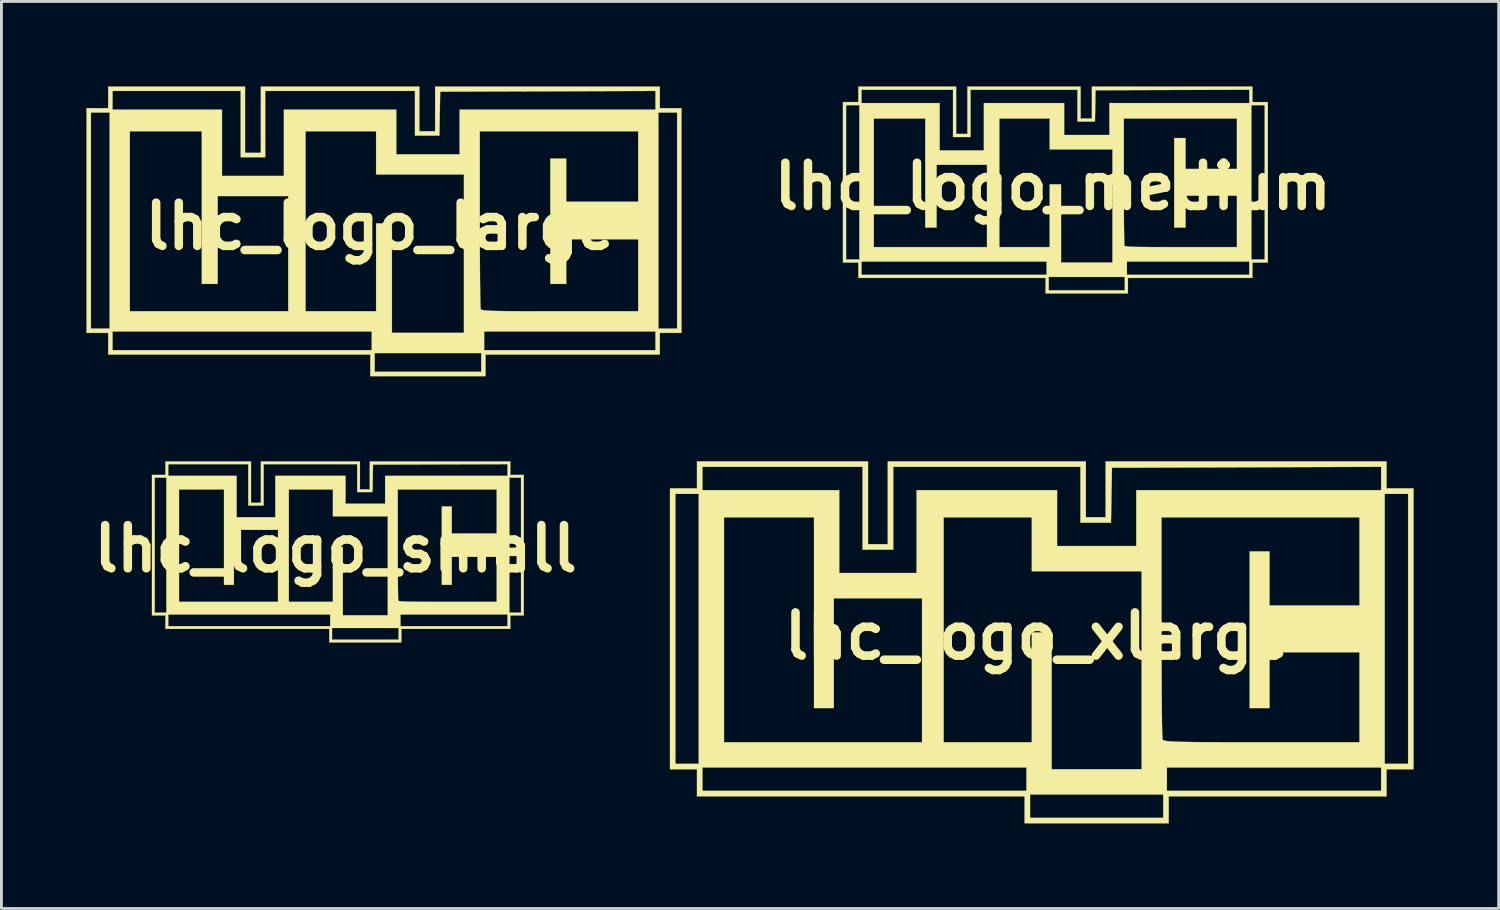
<source format=kicad_pcb>
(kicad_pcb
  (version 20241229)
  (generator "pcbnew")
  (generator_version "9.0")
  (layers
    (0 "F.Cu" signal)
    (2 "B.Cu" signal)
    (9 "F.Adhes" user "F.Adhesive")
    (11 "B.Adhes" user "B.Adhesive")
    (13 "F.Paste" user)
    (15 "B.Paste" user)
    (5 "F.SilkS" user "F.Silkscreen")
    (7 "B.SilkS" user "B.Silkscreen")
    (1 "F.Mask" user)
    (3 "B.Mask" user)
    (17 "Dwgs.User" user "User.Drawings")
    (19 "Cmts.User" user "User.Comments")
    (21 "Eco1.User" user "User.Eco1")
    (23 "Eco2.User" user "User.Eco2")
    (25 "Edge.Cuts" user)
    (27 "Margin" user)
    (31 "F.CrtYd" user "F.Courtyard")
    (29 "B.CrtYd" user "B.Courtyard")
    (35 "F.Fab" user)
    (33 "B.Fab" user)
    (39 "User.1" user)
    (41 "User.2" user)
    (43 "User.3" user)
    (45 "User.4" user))
  (footprint "lhc_logo_small"
    (layer "F.Cu")
    (at 8.788 16.306)
    (property "Reference" "lhc_logo_small" (at 0 0 0) (layer "F.SilkS") (effects (font (size 1.524 1.524) (thickness 0.3))))
    (attr through_hole)
    (fp_poly (pts (xy -2.985 -1.619) (xy -2.635 -1.619) (xy -2.635 -3.08) (xy 0.857 -3.08) (xy 0.857 -2.095) (xy 1.206 -2.095) (xy 1.206 -3.08) (xy 6.16 -3.08) (xy 6.16 -2.603) (xy 6.636 -2.603) (xy 6.636 2.349) (xy 6.16 2.349) (xy 6.16 2.826) (xy 2.318 2.826) (xy 2.318 3.302) (xy -0.222 3.302) (xy -0.222 2.826) (xy -6.001 2.826) (xy -6.001 2.794) (xy -0.127 2.794) (xy -0.127 3.207) (xy 2.223 3.207) (xy 2.223 2.794) (xy -0.127 2.794) (xy -6.001 2.794) (xy -6.001 2.349) (xy -6.477 2.349) (xy -6.477 2.318) (xy -5.905 2.318) (xy -5.905 2.731) (xy -0.191 2.731) (xy -0.191 2.318) (xy -5.905 2.318) (xy -6.477 2.318) (xy -6.477 -2.508) (xy -6.382 -2.508) (xy -6.382 2.254) (xy -5.969 2.254) (xy -5.969 -2.095) (xy -5.524 -2.095) (xy -5.524 1.873) (xy -2.032 1.873) (xy -2.032 -0.667) (xy -3.588 -0.667) (xy -3.588 1.27) (xy -3.937 1.27) (xy -3.937 -2.095) (xy -5.524 -2.095) (xy -5.969 -2.095) (xy -5.969 -2.508) (xy -6.382 -2.508) (xy -6.477 -2.508) (xy -6.477 -2.603) (xy -6.001 -2.603) (xy -6.001 -2.985) (xy -5.905 -2.985) (xy -5.905 -2.572) (xy -3.493 -2.572) (xy -3.493 -1.111) (xy -2.127 -1.111) (xy -2.127 -2.095) (xy -1.651 -2.095) (xy -1.651 1.873) (xy -0.095 1.873) (xy -0.095 -0.064) (xy 0.254 -0.064) (xy 0.254 2.349) (xy 1.841 2.349) (xy 1.841 2.318) (xy 2.286 2.318) (xy 2.286 2.731) (xy 6.064 2.731) (xy 6.064 2.318) (xy 2.286 2.318) (xy 1.841 2.318) (xy 1.841 -1.143) (xy -0.095 -1.143) (xy -0.095 -2.095) (xy -1.651 -2.095) (xy -2.127 -2.095) (xy -2.127 -2.572) (xy 0.349 -2.572) (xy 0.349 -1.587) (xy 1.746 -1.587) (xy 1.746 -2.095) (xy 2.191 -2.095) (xy 2.191 -0.161) (xy 2.191 0.184) (xy 2.192 0.512) (xy 2.193 0.816) (xy 2.195 1.09) (xy 2.198 1.329) (xy 2.2 1.528) (xy 2.203 1.68) (xy 2.206 1.78) (xy 2.21 1.823) (xy 2.21 1.823) (xy 2.219 1.834) (xy 2.241 1.843) (xy 2.281 1.851) (xy 2.343 1.857) (xy 2.432 1.862) (xy 2.554 1.866) (xy 2.713 1.869) (xy 2.914 1.871) (xy 3.162 1.872) (xy 3.462 1.873) (xy 3.819 1.873) (xy 3.956 1.873) (xy 5.683 1.873) (xy 5.683 0.286) (xy 4.096 0.286) (xy 4.096 1.27) (xy 3.747 1.27) (xy 3.747 -1.492) (xy 4.096 -1.492) (xy 4.096 -0.54) (xy 5.683 -0.54) (xy 5.683 -2.095) (xy 2.191 -2.095) (xy 1.746 -2.095) (xy 1.746 -2.508) (xy 6.128 -2.508) (xy 6.128 2.254) (xy 6.54 2.254) (xy 6.54 -2.508) (xy 6.128 -2.508) (xy 1.746 -2.508) (xy 1.746 -2.572) (xy 6.064 -2.572) (xy 6.064 -2.985) (xy 3.691 -2.977) (xy 1.318 -2.969) (xy 1.309 -2.484) (xy 1.3 -2) (xy 0.762 -2) (xy 0.762 -2.985) (xy -2.54 -2.985) (xy -2.54 -1.524) (xy -3.08 -1.524) (xy -3.08 -2.985) (xy -5.905 -2.985) (xy -6.001 -2.985) (xy -6.001 -3.08) (xy -2.985 -3.08) (xy -2.985 -1.619)) (stroke (width 0.01) (type solid)) (fill yes) (layer "F.SilkS")))
  (footprint "lhc_logo_medium"
    (layer "F.Cu")
    (at 34.085 3.525)
    (property "Reference" "lhc_logo_medium" (at 0 0 0) (layer "F.SilkS") (effects (font (size 1.524 1.524) (thickness 0.3))))
    (attr through_hole)
    (fp_poly (pts (xy -3.411 -1.851) (xy -3.012 -1.851) (xy -3.012 -3.52) (xy 0.98 -3.52) (xy 0.98 -2.395) (xy 1.379 -2.395) (xy 1.379 -3.52) (xy 7.039 -3.52) (xy 7.039 -2.975) (xy 7.584 -2.975) (xy 7.584 2.685) (xy 7.039 2.685) (xy 7.039 3.229) (xy 2.649 3.229) (xy 2.649 3.774) (xy -0.254 3.774) (xy -0.254 3.229) (xy -6.858 3.229) (xy -6.858 3.193) (xy -0.145 3.193) (xy -0.145 3.665) (xy 2.54 3.665) (xy 2.54 3.193) (xy -0.145 3.193) (xy -6.858 3.193) (xy -6.858 2.685) (xy -7.402 2.685) (xy -7.402 2.649) (xy -6.749 2.649) (xy -6.749 3.121) (xy -0.218 3.121) (xy -0.218 2.649) (xy -6.749 2.649) (xy -7.402 2.649) (xy -7.402 -2.867) (xy -7.293 -2.867) (xy -7.293 2.576) (xy -6.822 2.576) (xy -6.822 -2.395) (xy -6.314 -2.395) (xy -6.314 2.141) (xy -2.322 2.141) (xy -2.322 -0.762) (xy -4.1 -0.762) (xy -4.1 1.451) (xy -4.499 1.451) (xy -4.499 -2.395) (xy -6.314 -2.395) (xy -6.822 -2.395) (xy -6.822 -2.867) (xy -7.293 -2.867) (xy -7.402 -2.867) (xy -7.402 -2.975) (xy -6.858 -2.975) (xy -6.858 -3.411) (xy -6.749 -3.411) (xy -6.749 -2.939) (xy -3.991 -2.939) (xy -3.991 -1.27) (xy -2.431 -1.27) (xy -2.431 -2.395) (xy -1.887 -2.395) (xy -1.887 2.141) (xy -0.109 2.141) (xy -0.109 -0.073) (xy 0.29 -0.073) (xy 0.29 2.685) (xy 2.105 2.685) (xy 2.105 2.649) (xy 2.613 2.649) (xy 2.613 3.121) (xy 6.931 3.121) (xy 6.931 2.649) (xy 2.613 2.649) (xy 2.105 2.649) (xy 2.105 -1.306) (xy -0.109 -1.306) (xy -0.109 -2.395) (xy -1.887 -2.395) (xy -2.431 -2.395) (xy -2.431 -2.939) (xy 0.399 -2.939) (xy 0.399 -1.814) (xy 1.996 -1.814) (xy 1.996 -2.395) (xy 2.504 -2.395) (xy 2.504 -0.184) (xy 2.504 0.211) (xy 2.505 0.585) (xy 2.507 0.932) (xy 2.509 1.246) (xy 2.512 1.519) (xy 2.515 1.746) (xy 2.518 1.92) (xy 2.522 2.034) (xy 2.526 2.083) (xy 2.526 2.083) (xy 2.536 2.096) (xy 2.561 2.107) (xy 2.607 2.115) (xy 2.677 2.123) (xy 2.78 2.128) (xy 2.919 2.133) (xy 3.1 2.136) (xy 3.33 2.138) (xy 3.614 2.14) (xy 3.957 2.141) (xy 4.365 2.141) (xy 4.521 2.141) (xy 6.495 2.141) (xy 6.495 0.327) (xy 4.681 0.327) (xy 4.681 1.451) (xy 4.282 1.451) (xy 4.282 -1.705) (xy 4.681 -1.705) (xy 4.681 -0.617) (xy 6.495 -0.617) (xy 6.495 -2.395) (xy 2.504 -2.395) (xy 1.996 -2.395) (xy 1.996 -2.867) (xy 7.003 -2.867) (xy 7.003 2.576) (xy 7.475 2.576) (xy 7.475 -2.867) (xy 7.003 -2.867) (xy 1.996 -2.867) (xy 1.996 -2.939) (xy 6.931 -2.939) (xy 6.931 -3.411) (xy 4.218 -3.402) (xy 1.506 -3.393) (xy 1.496 -2.839) (xy 1.486 -2.286) (xy 0.871 -2.286) (xy 0.871 -3.411) (xy -2.903 -3.411) (xy -2.903 -1.742) (xy -3.52 -1.742) (xy -3.52 -3.411) (xy -6.749 -3.411) (xy -6.858 -3.411) (xy -6.858 -3.52) (xy -3.411 -3.52) (xy -3.411 -1.851)) (stroke (width 0.01) (type solid)) (fill yes) (layer "F.SilkS")))
  (footprint "lhc_logo_large"
    (layer "F.Cu")
    (at 10.368 4.933)
    (property "Reference" "lhc_logo_large" (at 0 0 0) (layer "F.SilkS") (effects (font (size 1.524 1.524) (thickness 0.3))))
    (attr through_hole)
    (fp_poly (pts (xy -4.775 -2.591) (xy -4.216 -2.591) (xy -4.216 -4.928) (xy 1.372 -4.928) (xy 1.372 -3.353) (xy 1.93 -3.353) (xy 1.93 -4.928) (xy 9.855 -4.928) (xy 9.855 -4.166) (xy 10.617 -4.166) (xy 10.617 3.759) (xy 9.855 3.759) (xy 9.855 4.521) (xy 3.708 4.521) (xy 3.708 5.283) (xy -0.356 5.283) (xy -0.356 4.521) (xy -9.601 4.521) (xy -9.601 4.47) (xy -0.203 4.47) (xy -0.203 5.131) (xy 3.556 5.131) (xy 3.556 4.47) (xy -0.203 4.47) (xy -9.601 4.47) (xy -9.601 3.759) (xy -10.363 3.759) (xy -10.363 3.708) (xy -9.449 3.708) (xy -9.449 4.369) (xy -0.305 4.369) (xy -0.305 3.708) (xy -9.449 3.708) (xy -10.363 3.708) (xy -10.363 -4.013) (xy -10.211 -4.013) (xy -10.211 3.607) (xy -9.55 3.607) (xy -9.55 -3.353) (xy -8.839 -3.353) (xy -8.839 2.997) (xy -3.251 2.997) (xy -3.251 -1.067) (xy -5.74 -1.067) (xy -5.74 2.032) (xy -6.299 2.032) (xy -6.299 -3.353) (xy -8.839 -3.353) (xy -9.55 -3.353) (xy -9.55 -4.013) (xy -10.211 -4.013) (xy -10.363 -4.013) (xy -10.363 -4.166) (xy -9.601 -4.166) (xy -9.601 -4.775) (xy -9.449 -4.775) (xy -9.449 -4.115) (xy -5.588 -4.115) (xy -5.588 -1.778) (xy -3.404 -1.778) (xy -3.404 -3.353) (xy -2.642 -3.353) (xy -2.642 2.997) (xy -0.152 2.997) (xy -0.152 -0.102) (xy 0.406 -0.102) (xy 0.406 3.759) (xy 2.946 3.759) (xy 2.946 3.708) (xy 3.658 3.708) (xy 3.658 4.369) (xy 9.703 4.369) (xy 9.703 3.708) (xy 3.658 3.708) (xy 2.946 3.708) (xy 2.946 -1.829) (xy -0.152 -1.829) (xy -0.152 -3.353) (xy -2.642 -3.353) (xy -3.404 -3.353) (xy -3.404 -4.115) (xy 0.559 -4.115) (xy 0.559 -2.54) (xy 2.794 -2.54) (xy 2.794 -3.353) (xy 3.505 -3.353) (xy 3.505 -0.258) (xy 3.506 0.295) (xy 3.507 0.819) (xy 3.509 1.305) (xy 3.512 1.744) (xy 3.516 2.127) (xy 3.52 2.444) (xy 3.525 2.688) (xy 3.53 2.848) (xy 3.536 2.916) (xy 3.536 2.917) (xy 3.551 2.934) (xy 3.586 2.949) (xy 3.649 2.962) (xy 3.748 2.972) (xy 3.891 2.98) (xy 4.086 2.986) (xy 4.34 2.99) (xy 4.662 2.994) (xy 5.059 2.996) (xy 5.54 2.997) (xy 6.111 2.997) (xy 6.33 2.997) (xy 9.093 2.997) (xy 9.093 0.457) (xy 6.553 0.457) (xy 6.553 2.032) (xy 5.994 2.032) (xy 5.994 -2.388) (xy 6.553 -2.388) (xy 6.553 -0.864) (xy 9.093 -0.864) (xy 9.093 -3.353) (xy 3.505 -3.353) (xy 2.794 -3.353) (xy 2.794 -4.013) (xy 9.804 -4.013) (xy 9.804 3.607) (xy 10.465 3.607) (xy 10.465 -4.013) (xy 9.804 -4.013) (xy 2.794 -4.013) (xy 2.794 -4.115) (xy 9.703 -4.115) (xy 9.703 -4.776) (xy 5.905 -4.763) (xy 2.108 -4.75) (xy 2.094 -3.975) (xy 2.08 -3.2) (xy 1.219 -3.2) (xy 1.219 -4.775) (xy -4.064 -4.775) (xy -4.064 -2.438) (xy -4.928 -2.438) (xy -4.928 -4.775) (xy -9.449 -4.775) (xy -9.601 -4.775) (xy -9.601 -4.928) (xy -4.775 -4.928) (xy -4.775 -2.591)) (stroke (width 0.01) (type solid)) (fill yes) (layer "F.SilkS")))
  (footprint "lhc_logo_xlarge"
    (layer "F.Cu")
    (at 33.536 19.385)
    (property "Reference" "lhc_logo_xlarge" (at 0 0 0) (layer "F.SilkS") (effects (font (size 1.524 1.524) (thickness 0.3))))
    (attr through_hole)
    (fp_poly (pts (xy -5.969 -3.239) (xy -5.271 -3.239) (xy -5.271 -6.16) (xy 1.714 -6.16) (xy 1.714 -4.191) (xy 2.413 -4.191) (xy 2.413 -6.16) (xy 12.319 -6.16) (xy 12.319 -5.207) (xy 13.271 -5.207) (xy 13.271 4.699) (xy 12.319 4.699) (xy 12.319 5.652) (xy 4.636 5.652) (xy 4.636 6.604) (xy -0.445 6.604) (xy -0.445 5.652) (xy -12.002 5.652) (xy -12.002 5.588) (xy -0.254 5.588) (xy -0.254 6.413) (xy 4.445 6.413) (xy 4.445 5.588) (xy -0.254 5.588) (xy -12.002 5.588) (xy -12.002 4.699) (xy -12.954 4.699) (xy -12.954 4.636) (xy -11.811 4.636) (xy -11.811 5.461) (xy -0.381 5.461) (xy -0.381 4.636) (xy -11.811 4.636) (xy -12.954 4.636) (xy -12.954 -5.016) (xy -12.764 -5.016) (xy -12.764 4.508) (xy -11.938 4.508) (xy -11.938 -4.191) (xy -11.049 -4.191) (xy -11.049 3.747) (xy -4.064 3.747) (xy -4.064 -1.333) (xy -7.176 -1.333) (xy -7.176 2.54) (xy -7.874 2.54) (xy -7.874 -4.191) (xy -11.049 -4.191) (xy -11.938 -4.191) (xy -11.938 -5.016) (xy -12.764 -5.016) (xy -12.954 -5.016) (xy -12.954 -5.207) (xy -12.002 -5.207) (xy -12.002 -5.969) (xy -11.811 -5.969) (xy -11.811 -5.144) (xy -6.985 -5.144) (xy -6.985 -2.223) (xy -4.255 -2.223) (xy -4.255 -4.191) (xy -3.302 -4.191) (xy -3.302 3.747) (xy -0.191 3.747) (xy -0.191 -0.127) (xy 0.508 -0.127) (xy 0.508 4.699) (xy 3.683 4.699) (xy 3.683 4.636) (xy 4.572 4.636) (xy 4.572 5.461) (xy 12.129 5.461) (xy 12.129 4.636) (xy 4.572 4.636) (xy 3.683 4.636) (xy 3.683 -2.286) (xy -0.191 -2.286) (xy -0.191 -4.191) (xy -3.302 -4.191) (xy -4.255 -4.191) (xy -4.255 -5.144) (xy 0.699 -5.144) (xy 0.699 -3.175) (xy 3.493 -3.175) (xy 3.493 -4.191) (xy 4.381 -4.191) (xy 4.381 -0.323) (xy 4.382 0.369) (xy 4.384 1.024) (xy 4.387 1.631) (xy 4.391 2.18) (xy 4.395 2.658) (xy 4.4 3.055) (xy 4.406 3.36) (xy 4.413 3.56) (xy 4.42 3.645) (xy 4.42 3.646) (xy 4.439 3.668) (xy 4.482 3.687) (xy 4.561 3.702) (xy 4.685 3.715) (xy 4.864 3.725) (xy 5.108 3.732) (xy 5.426 3.738) (xy 5.828 3.742) (xy 6.324 3.745) (xy 6.925 3.746) (xy 7.639 3.746) (xy 7.913 3.747) (xy 11.367 3.747) (xy 11.367 0.572) (xy 8.191 0.572) (xy 8.191 2.54) (xy 7.493 2.54) (xy 7.493 -2.985) (xy 8.191 -2.985) (xy 8.191 -1.079) (xy 11.367 -1.079) (xy 11.367 -4.191) (xy 4.381 -4.191) (xy 3.493 -4.191) (xy 3.493 -5.016) (xy 12.255 -5.016) (xy 12.255 4.508) (xy 13.081 4.508) (xy 13.081 -5.016) (xy 12.255 -5.016) (xy 3.493 -5.016) (xy 3.493 -5.144) (xy 12.129 -5.144) (xy 12.129 -5.97) (xy 7.382 -5.954) (xy 2.635 -5.937) (xy 2.6 -4) (xy 1.524 -4) (xy 1.524 -5.969) (xy -5.08 -5.969) (xy -5.08 -3.048) (xy -6.16 -3.048) (xy -6.16 -5.969) (xy -11.811 -5.969) (xy -12.002 -5.969) (xy -12.002 -6.16) (xy -5.969 -6.16) (xy -5.969 -3.239)) (stroke (width 0.01) (type solid)) (fill yes) (layer "F.SilkS")))
  (gr_rect
    (start -3 -3)
    (end 49.812 28.994)
    (stroke (width 0.1) (type default))
    (fill no)
    (layer "Edge.Cuts")))
</source>
